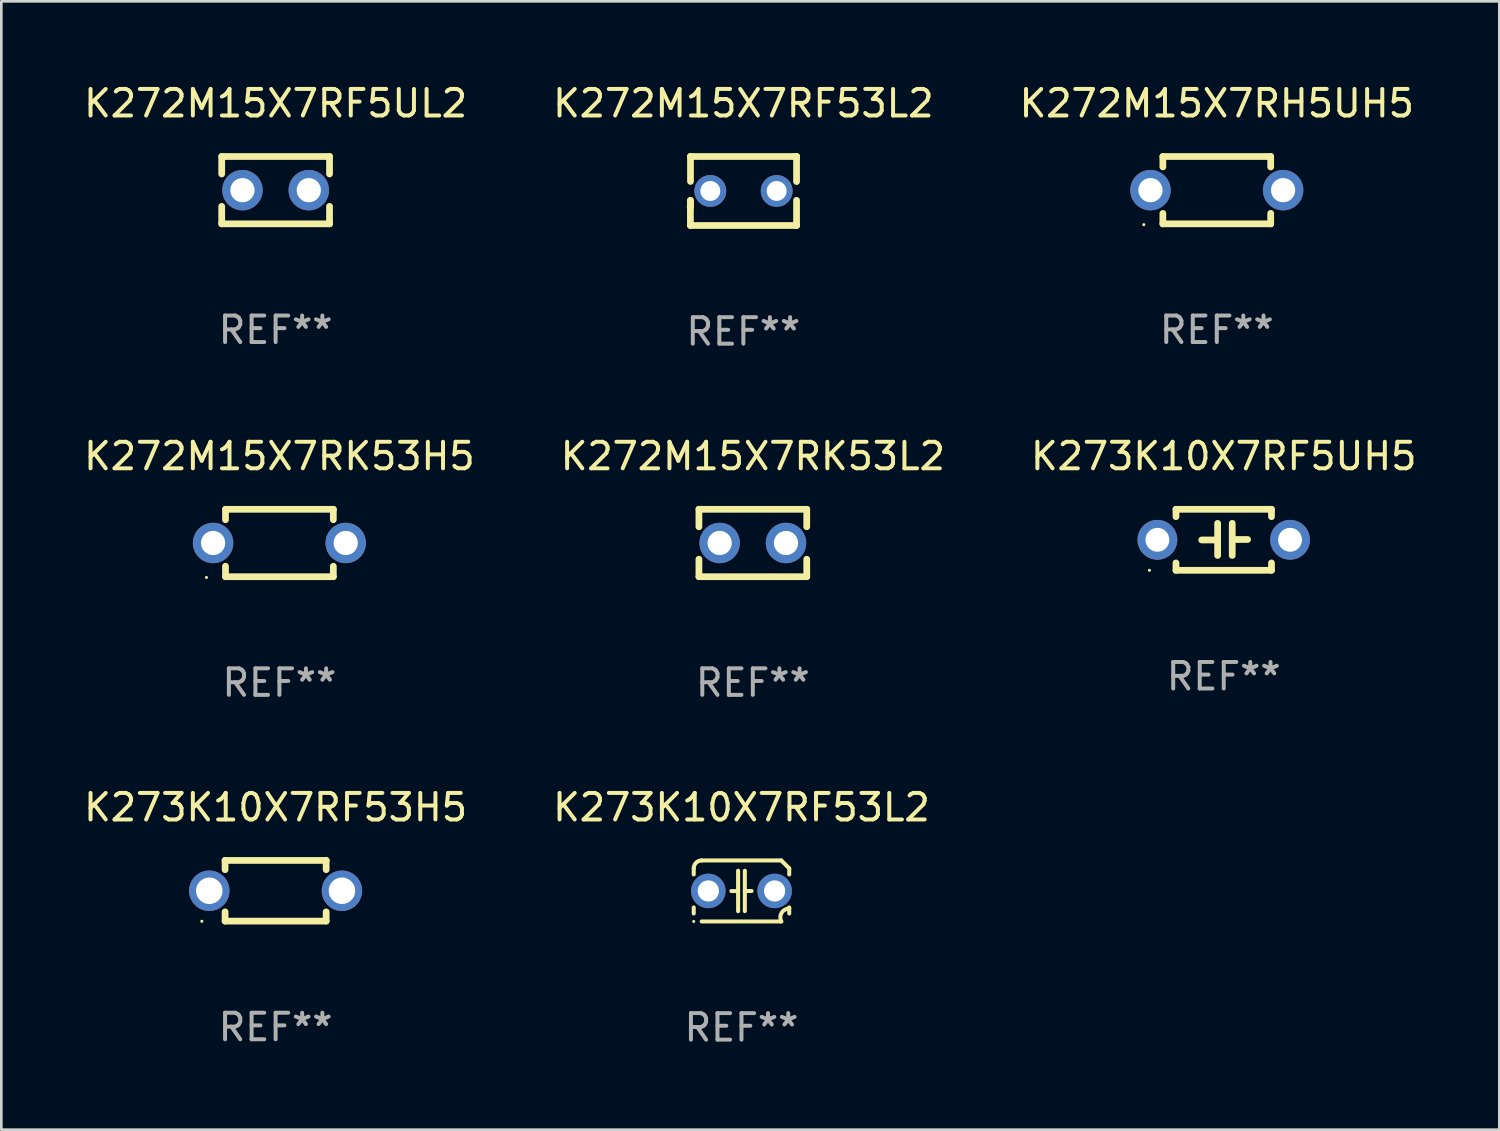
<source format=kicad_pcb>
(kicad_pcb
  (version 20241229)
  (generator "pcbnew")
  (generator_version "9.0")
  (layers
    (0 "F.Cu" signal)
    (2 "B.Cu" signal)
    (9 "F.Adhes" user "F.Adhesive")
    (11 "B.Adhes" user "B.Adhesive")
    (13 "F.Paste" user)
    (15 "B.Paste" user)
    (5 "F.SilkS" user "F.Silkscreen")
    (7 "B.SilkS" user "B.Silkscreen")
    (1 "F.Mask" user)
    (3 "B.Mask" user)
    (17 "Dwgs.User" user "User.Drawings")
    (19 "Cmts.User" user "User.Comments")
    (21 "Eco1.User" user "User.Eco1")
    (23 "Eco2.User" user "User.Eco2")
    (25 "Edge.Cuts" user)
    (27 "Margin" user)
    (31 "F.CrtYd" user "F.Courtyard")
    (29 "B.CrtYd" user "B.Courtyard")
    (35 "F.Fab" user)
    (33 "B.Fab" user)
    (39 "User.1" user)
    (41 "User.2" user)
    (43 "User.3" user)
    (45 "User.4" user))
  (footprint "K272M15X7RK53L2"
    (layer "F.Cu")
    (at 25.327 17.417)
    (property "Reference" "K272M15X7RK53L2" (at 0 -3.27 0) (layer "F.SilkS") (effects (font (size 1 1) (thickness 0.15))))
    (attr through_hole)
    (fp_line (start -2.032 -1.27) (end -2.032 -0.611) (stroke (width 0.254) (type solid)) (layer "F.SilkS"))
    (fp_line (start -2.032 0.611) (end -2.032 1.27) (stroke (width 0.254) (type solid)) (layer "F.SilkS"))
    (fp_line (start -2.032 1.27) (end 2.032 1.27) (stroke (width 0.254) (type solid)) (layer "F.SilkS"))
    (fp_line (start 2.032 -1.27) (end -2.032 -1.27) (stroke (width 0.254) (type solid)) (layer "F.SilkS"))
    (fp_line (start 2.032 -0.611) (end 2.032 -1.27) (stroke (width 0.254) (type solid)) (layer "F.SilkS"))
    (fp_line (start 2.032 1.27) (end 2.032 0.611) (stroke (width 0.254) (type solid)) (layer "F.SilkS"))
    (fp_circle (center -2 1.3) (end -1.97 1.3) (stroke (width 0.06) (type solid)) (fill no) (layer "F.SilkS"))
    (fp_text user "REF**" (at 0 5.27 0) (layer "F.Fab") (effects (font (size 1 1) (thickness 0.15))))
    (pad "1" thru_hole circle (at -1.25 0) (size 1.524 1.524) (drill 0.914) (layers "*.Cu" "*.Mask"))
    (pad "2" thru_hole circle (at 1.25 0) (size 1.524 1.524) (drill 0.914) (layers "*.Cu" "*.Mask")))
  (footprint "K272M15X7RF5UL2"
    (layer "F.Cu")
    (at 7.339 4.118)
    (property "Reference" "K272M15X7RF5UL2" (at 0 -3.27 0) (layer "F.SilkS") (effects (font (size 1 1) (thickness 0.15))))
    (attr through_hole)
    (fp_line (start -2.032 -1.27) (end -2.032 -0.611) (stroke (width 0.254) (type solid)) (layer "F.SilkS"))
    (fp_line (start -2.032 0.611) (end -2.032 1.27) (stroke (width 0.254) (type solid)) (layer "F.SilkS"))
    (fp_line (start -2.032 1.27) (end 2.032 1.27) (stroke (width 0.254) (type solid)) (layer "F.SilkS"))
    (fp_line (start 2.032 -1.27) (end -2.032 -1.27) (stroke (width 0.254) (type solid)) (layer "F.SilkS"))
    (fp_line (start 2.032 -0.611) (end 2.032 -1.27) (stroke (width 0.254) (type solid)) (layer "F.SilkS"))
    (fp_line (start 2.032 1.27) (end 2.032 0.611) (stroke (width 0.254) (type solid)) (layer "F.SilkS"))
    (fp_circle (center -2 1.3) (end -1.97 1.3) (stroke (width 0.06) (type solid)) (fill no) (layer "F.SilkS"))
    (fp_text user "REF**" (at 0 5.27 0) (layer "F.Fab") (effects (font (size 1 1) (thickness 0.15))))
    (pad "1" thru_hole circle (at -1.25 0) (size 1.524 1.524) (drill 0.914) (layers "*.Cu" "*.Mask"))
    (pad "2" thru_hole circle (at 1.25 0) (size 1.524 1.524) (drill 0.914) (layers "*.Cu" "*.Mask")))
  (footprint "K273K10X7RF53H5"
    (layer "F.Cu")
    (at 7.339 30.526)
    (property "Reference" "K273K10X7RF53H5" (at 0 -3.143 0) (layer "F.SilkS") (effects (font (size 1 1) (thickness 0.15))))
    (attr through_hole)
    (fp_line (start -1.905 -1.143) (end 1.905 -1.143) (stroke (width 0.254) (type solid)) (layer "F.SilkS"))
    (fp_line (start -1.905 -0.795) (end -1.905 -1.143) (stroke (width 0.254) (type solid)) (layer "F.SilkS"))
    (fp_line (start -1.905 1.143) (end -1.905 0.795) (stroke (width 0.254) (type solid)) (layer "F.SilkS"))
    (fp_line (start 1.905 -1.143) (end 1.905 -0.795) (stroke (width 0.254) (type solid)) (layer "F.SilkS"))
    (fp_line (start 1.905 0.795) (end 1.905 1.143) (stroke (width 0.254) (type solid)) (layer "F.SilkS"))
    (fp_line (start 1.905 1.143) (end -1.905 1.143) (stroke (width 0.254) (type solid)) (layer "F.SilkS"))
    (fp_circle (center -2.781 1.15) (end -2.751 1.15) (stroke (width 0.06) (type solid)) (fill no) (layer "F.SilkS"))
    (fp_text user "REF**" (at 0 5.143 0) (layer "F.Fab") (effects (font (size 1 1) (thickness 0.15))))
    (pad "1" thru_hole circle (at -2.5 0) (size 1.524 1.524) (drill 1) (layers "*.Cu" "*.Mask"))
    (pad "2" thru_hole circle (at 2.5 0) (size 1.524 1.524) (drill 1) (layers "*.Cu" "*.Mask")))
  (footprint "K272M15X7RF53L2"
    (layer "F.Cu")
    (at 24.97 4.149)
    (property "Reference" "K272M15X7RF53L2" (at 0 -3.301 0) (layer "F.SilkS") (effects (font (size 1 1) (thickness 0.15))))
    (attr through_hole)
    (fp_line (start -1.996 0.354) (end -1.996 1.301) (stroke (width 0.254) (type solid)) (layer "F.SilkS"))
    (fp_line (start -1.996 1.301) (end 2.002 1.301) (stroke (width 0.254) (type solid)) (layer "F.SilkS"))
    (fp_line (start -1.993 -1.299) (end -1.993 -0.36) (stroke (width 0.254) (type solid)) (layer "F.SilkS"))
    (fp_line (start -1.993 0.358) (end -1.993 0.599) (stroke (width 0.254) (type solid)) (layer "F.SilkS"))
    (fp_line (start -1.993 0.599) (end -2.005 0.61) (stroke (width 0.254) (type solid)) (layer "F.SilkS"))
    (fp_line (start -1.992 -1.301) (end -1.993 -1.299) (stroke (width 0.254) (type solid)) (layer "F.SilkS"))
    (fp_line (start 2.002 1.301) (end 2.005 1.298) (stroke (width 0.254) (type solid)) (layer "F.SilkS"))
    (fp_line (start 2.003 -1.301) (end -1.992 -1.301) (stroke (width 0.254) (type solid)) (layer "F.SilkS"))
    (fp_line (start 2.005 -1.299) (end 2.003 -1.301) (stroke (width 0.254) (type solid)) (layer "F.SilkS"))
    (fp_line (start 2.005 -0.355) (end 2.005 -1.299) (stroke (width 0.254) (type solid)) (layer "F.SilkS"))
    (fp_line (start 2.005 1.298) (end 2.005 0.352) (stroke (width 0.254) (type solid)) (layer "F.SilkS"))
    (fp_circle (center -1.996 1.299) (end -1.966 1.299) (stroke (width 0.06) (type solid)) (fill no) (layer "F.SilkS"))
    (fp_text user "REF**" (at 0 5.301 0) (layer "F.Fab") (effects (font (size 1 1) (thickness 0.15))))
    (pad "1" thru_hole circle (at -1.246 -0.001) (size 1.2 1.2) (drill 0.75) (layers "*.Cu" "*.Mask"))
    (pad "2" thru_hole circle (at 1.255 -0.001) (size 1.2 1.2) (drill 0.75) (layers "*.Cu" "*.Mask")))
  (footprint "K273K10X7RF5UH5"
    (layer "F.Cu")
    (at 43.077 17.297)
    (property "Reference" "K273K10X7RF5UH5" (at 0 -3.15 0) (layer "F.SilkS") (effects (font (size 1 1) (thickness 0.15))))
    (attr through_hole)
    (fp_line (start -1.8 -1.15) (end -1.8 -0.872) (stroke (width 0.254) (type solid)) (layer "F.SilkS"))
    (fp_line (start -1.8 -1.15) (end 1.8 -1.15) (stroke (width 0.254) (type solid)) (layer "F.SilkS"))
    (fp_line (start -1.8 0.872) (end -1.8 1.15) (stroke (width 0.254) (type solid)) (layer "F.SilkS"))
    (fp_line (start -1.8 1.15) (end 1.8 1.15) (stroke (width 0.254) (type solid)) (layer "F.SilkS"))
    (fp_line (start -0.23 -0.62) (end -0.23 0.59) (stroke (width 0.254) (type solid)) (layer "F.SilkS"))
    (fp_line (start -0.23 0.007) (end -0.83 0.007) (stroke (width 0.254) (type solid)) (layer "F.SilkS"))
    (fp_line (start 0.32 -0.62) (end 0.32 0.59) (stroke (width 0.254) (type solid)) (layer "F.SilkS"))
    (fp_line (start 0.32 -0.012) (end 0.9 -0.012) (stroke (width 0.254) (type solid)) (layer "F.SilkS"))
    (fp_line (start 1.8 -1.15) (end 1.8 -0.872) (stroke (width 0.254) (type solid)) (layer "F.SilkS"))
    (fp_line (start 1.8 0.872) (end 1.8 1.15) (stroke (width 0.254) (type solid)) (layer "F.SilkS"))
    (fp_circle (center -2.8 1.15) (end -2.77 1.15) (stroke (width 0.06) (type solid)) (fill no) (layer "F.SilkS"))
    (fp_text user "REF**" (at 0 5.15 0) (layer "F.Fab") (effects (font (size 1 1) (thickness 0.15))))
    (pad "1" thru_hole circle (at -2.5 0) (size 1.5 1.5) (drill 0.9) (layers "*.Cu" "*.Mask"))
    (pad "2" thru_hole circle (at 2.5 0) (size 1.5 1.5) (drill 0.9) (layers "*.Cu" "*.Mask")))
  (footprint "K272M15X7RH5UH5"
    (layer "F.Cu")
    (at 42.815 4.118)
    (property "Reference" "K272M15X7RH5UH5" (at 0 -3.27 0) (layer "F.SilkS") (effects (font (size 1 1) (thickness 0.15))))
    (attr through_hole)
    (fp_line (start -2.032 -1.27) (end -2.032 -0.876) (stroke (width 0.254) (type solid)) (layer "F.SilkS"))
    (fp_line (start -2.032 0.876) (end -2.032 1.27) (stroke (width 0.254) (type solid)) (layer "F.SilkS"))
    (fp_line (start -2.032 1.27) (end 2.032 1.27) (stroke (width 0.254) (type solid)) (layer "F.SilkS"))
    (fp_line (start 2.032 -1.27) (end -2.032 -1.27) (stroke (width 0.254) (type solid)) (layer "F.SilkS"))
    (fp_line (start 2.032 -0.876) (end 2.032 -1.27) (stroke (width 0.254) (type solid)) (layer "F.SilkS"))
    (fp_line (start 2.032 1.27) (end 2.032 0.876) (stroke (width 0.254) (type solid)) (layer "F.SilkS"))
    (fp_circle (center -2.751 1.3) (end -2.721 1.3) (stroke (width 0.06) (type solid)) (fill no) (layer "F.SilkS"))
    (fp_text user "REF**" (at 0 5.27 0) (layer "F.Fab") (effects (font (size 1 1) (thickness 0.15))))
    (pad "1" thru_hole circle (at -2.5 0) (size 1.524 1.524) (drill 0.914) (layers "*.Cu" "*.Mask"))
    (pad "2" thru_hole circle (at 2.5 0) (size 1.524 1.524) (drill 0.914) (layers "*.Cu" "*.Mask")))
  (footprint "K272M15X7RK53H5"
    (layer "F.Cu")
    (at 7.482 17.417)
    (property "Reference" "K272M15X7RK53H5" (at 0 -3.27 0) (layer "F.SilkS") (effects (font (size 1 1) (thickness 0.15))))
    (attr through_hole)
    (fp_line (start -2.032 -1.27) (end -2.032 -0.876) (stroke (width 0.254) (type solid)) (layer "F.SilkS"))
    (fp_line (start -2.032 0.876) (end -2.032 1.27) (stroke (width 0.254) (type solid)) (layer "F.SilkS"))
    (fp_line (start -2.032 1.27) (end 2.032 1.27) (stroke (width 0.254) (type solid)) (layer "F.SilkS"))
    (fp_line (start 2.032 -1.27) (end -2.032 -1.27) (stroke (width 0.254) (type solid)) (layer "F.SilkS"))
    (fp_line (start 2.032 -0.876) (end 2.032 -1.27) (stroke (width 0.254) (type solid)) (layer "F.SilkS"))
    (fp_line (start 2.032 1.27) (end 2.032 0.876) (stroke (width 0.254) (type solid)) (layer "F.SilkS"))
    (fp_circle (center -2.751 1.3) (end -2.721 1.3) (stroke (width 0.06) (type solid)) (fill no) (layer "F.SilkS"))
    (fp_text user "REF**" (at 0 5.27 0) (layer "F.Fab") (effects (font (size 1 1) (thickness 0.15))))
    (pad "1" thru_hole circle (at -2.5 0) (size 1.524 1.524) (drill 0.914) (layers "*.Cu" "*.Mask"))
    (pad "2" thru_hole circle (at 2.5 0) (size 1.524 1.524) (drill 0.914) (layers "*.Cu" "*.Mask")))
  (footprint "K273K10X7RF53L2"
    (layer "F.Cu")
    (at 24.899 30.533)
    (property "Reference" "K273K10X7RF53L2" (at 0 -3.15 0) (layer "F.SilkS") (effects (font (size 1 1) (thickness 0.15))))
    (attr through_hole)
    (fp_line (start -1.8 -0.621) (end -1.8 -0.85) (stroke (width 0.152) (type solid)) (layer "F.SilkS"))
    (fp_line (start -1.8 0.85) (end -1.8 0.621) (stroke (width 0.152) (type solid)) (layer "F.SilkS"))
    (fp_line (start -1.5 -1.15) (end 1.5 -1.15) (stroke (width 0.152) (type solid)) (layer "F.SilkS"))
    (fp_line (start -0.127 -0.762) (end -0.127 0.762) (stroke (width 0.152) (type solid)) (layer "F.SilkS"))
    (fp_line (start -0.127 0.005) (end -0.381 0.005) (stroke (width 0.152) (type solid)) (layer "F.SilkS"))
    (fp_line (start 0.127 -0.762) (end 0.127 0.762) (stroke (width 0.152) (type solid)) (layer "F.SilkS"))
    (fp_line (start 0.127 0.002) (end 0.381 0.002) (stroke (width 0.152) (type solid)) (layer "F.SilkS"))
    (fp_line (start 1.5 1.15) (end -1.5 1.15) (stroke (width 0.152) (type solid)) (layer "F.SilkS"))
    (fp_line (start 1.8 -0.85) (end 1.8 -0.621) (stroke (width 0.152) (type solid)) (layer "F.SilkS"))
    (fp_line (start 1.8 0.621) (end 1.8 0.85) (stroke (width 0.152) (type solid)) (layer "F.SilkS"))
    (fp_arc (start -1.799975 -0.849987) (mid -1.712107 -1.062119) (end -1.499975 -1.149987) (stroke (width 0.151994) (type solid)) (layer "F.SilkS"))
    (fp_arc (start 1.499975 1.149987) (mid 1.513726 0.822359) (end 1.799975 0.662387) (stroke (width 0.151994) (type solid)) (layer "F.SilkS"))
    (fp_arc (start 1.500001 -1.149986) (mid 1.650015 -1.000001) (end 1.8 -0.849987) (stroke (width 0.151994) (type solid)) (layer "F.SilkS"))
    (fp_circle (center -1.8 1.15) (end -1.77 1.15) (stroke (width 0.06) (type solid)) (fill no) (layer "F.SilkS"))
    (fp_text user "REF**" (at 0 5.15 0) (layer "F.Fab") (effects (font (size 1 1) (thickness 0.15))))
    (pad "1" thru_hole circle (at -1.25 0) (size 1.3 1.3) (drill 0.8) (layers "*.Cu" "*.Mask"))
    (pad "2" thru_hole circle (at 1.25 0) (size 1.3 1.3) (drill 0.8) (layers "*.Cu" "*.Mask")))
  (gr_rect
    (start -3 -3)
    (end 53.464 39.531)
    (stroke (width 0.1) (type default))
    (fill no)
    (layer "Edge.Cuts")))
</source>
